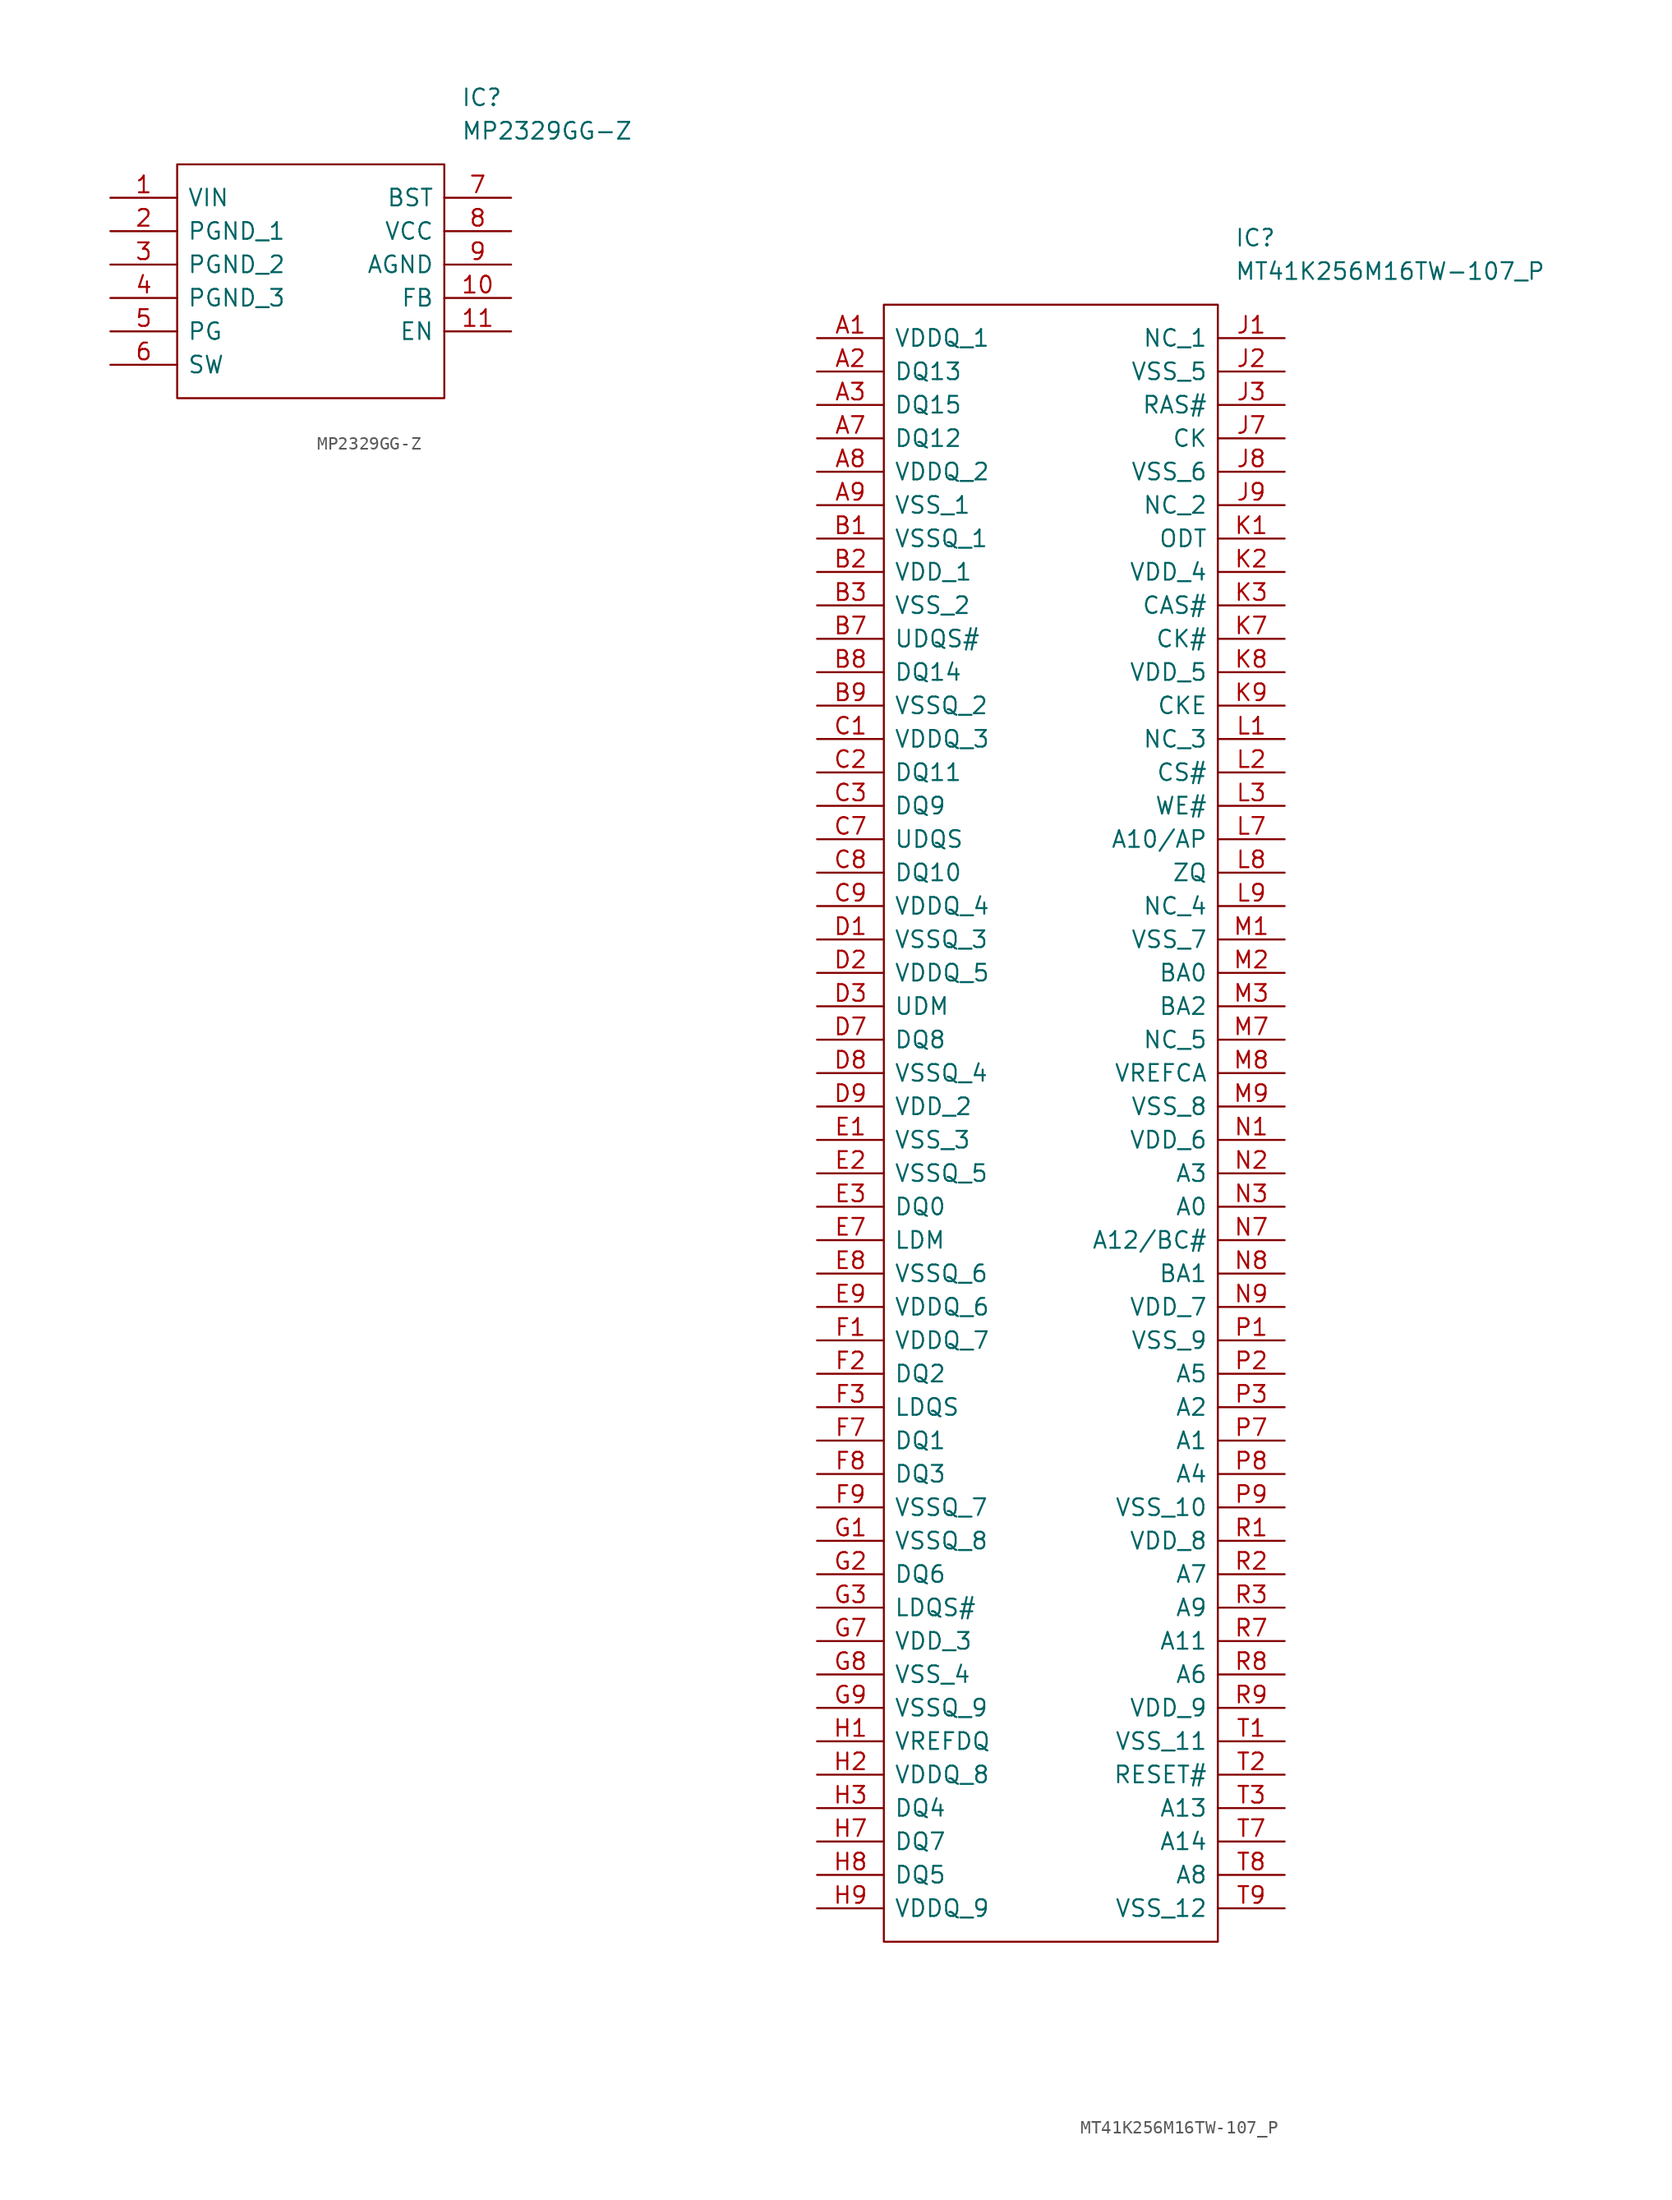
<source format=kicad_sym>
(kicad_symbol_lib
  (version 20211014)
  (generator kicad_symbol_editor)
  (symbol "MP2329GG-Z"
    (pin_names
      (offset 0.762))
    (property "Reference" "IC"
      (at 26.67 7.62 0)
      (effects (font (size 1.27 1.27)) (justify left)))
    (property "Value" "MP2329GG-Z"
      (at 26.67 5.08 0)
      (effects (font (size 1.27 1.27)) (justify left)))
    (symbol "MP2329GG-Z_0_0"
      (pin passive line (at 0 0 0) (length 5.08) (name "VIN" (effects (font (size 1.27 1.27)))) (number "1" (effects (font (size 1.27 1.27)))))
      (pin passive line (at 30.48 -7.62 180) (length 5.08) (name "FB" (effects (font (size 1.27 1.27)))) (number "10" (effects (font (size 1.27 1.27)))))
      (pin passive line (at 30.48 -10.16 180) (length 5.08) (name "EN" (effects (font (size 1.27 1.27)))) (number "11" (effects (font (size 1.27 1.27)))))
      (pin passive line (at 0 -2.54 0) (length 5.08) (name "PGND_1" (effects (font (size 1.27 1.27)))) (number "2" (effects (font (size 1.27 1.27)))))
      (pin passive line (at 0 -5.08 0) (length 5.08) (name "PGND_2" (effects (font (size 1.27 1.27)))) (number "3" (effects (font (size 1.27 1.27)))))
      (pin passive line (at 0 -7.62 0) (length 5.08) (name "PGND_3" (effects (font (size 1.27 1.27)))) (number "4" (effects (font (size 1.27 1.27)))))
      (pin passive line (at 0 -10.16 0) (length 5.08) (name "PG" (effects (font (size 1.27 1.27)))) (number "5" (effects (font (size 1.27 1.27)))))
      (pin passive line (at 0 -12.7 0) (length 5.08) (name "SW" (effects (font (size 1.27 1.27)))) (number "6" (effects (font (size 1.27 1.27)))))
      (pin passive line (at 30.48 0 180) (length 5.08) (name "BST" (effects (font (size 1.27 1.27)))) (number "7" (effects (font (size 1.27 1.27)))))
      (pin passive line (at 30.48 -2.54 180) (length 5.08) (name "VCC" (effects (font (size 1.27 1.27)))) (number "8" (effects (font (size 1.27 1.27)))))
      (pin passive line (at 30.48 -5.08 180) (length 5.08) (name "AGND" (effects (font (size 1.27 1.27)))) (number "9" (effects (font (size 1.27 1.27))))))
    (symbol "MP2329GG-Z_0_1"
      (polyline (pts (xy 5.08 2.54) (xy 25.4 2.54) (xy 25.4 -15.24) (xy 5.08 -15.24) (xy 5.08 2.54)) (stroke (width 0.152) (type default) (color 0 0 0 0)) (fill (type none)))))
  (symbol "MT41K256M16TW-107_P"
    (pin_names
      (offset 0.762))
    (property "Reference" "IC"
      (at 31.75 7.62 0)
      (effects (font (size 1.27 1.27)) (justify left)))
    (property "Value" "MT41K256M16TW-107_P"
      (at 31.75 5.08 0)
      (effects (font (size 1.27 1.27)) (justify left)))
    (symbol "MT41K256M16TW-107_P_0_0"
      (pin passive line (at 0 0 0) (length 5.08) (name "VDDQ_1" (effects (font (size 1.27 1.27)))) (number "A1" (effects (font (size 1.27 1.27)))))
      (pin passive line (at 0 -2.54 0) (length 5.08) (name "DQ13" (effects (font (size 1.27 1.27)))) (number "A2" (effects (font (size 1.27 1.27)))))
      (pin passive line (at 0 -5.08 0) (length 5.08) (name "DQ15" (effects (font (size 1.27 1.27)))) (number "A3" (effects (font (size 1.27 1.27)))))
      (pin passive line (at 0 -7.62 0) (length 5.08) (name "DQ12" (effects (font (size 1.27 1.27)))) (number "A7" (effects (font (size 1.27 1.27)))))
      (pin passive line (at 0 -10.16 0) (length 5.08) (name "VDDQ_2" (effects (font (size 1.27 1.27)))) (number "A8" (effects (font (size 1.27 1.27)))))
      (pin passive line (at 0 -12.7 0) (length 5.08) (name "VSS_1" (effects (font (size 1.27 1.27)))) (number "A9" (effects (font (size 1.27 1.27)))))
      (pin passive line (at 0 -15.24 0) (length 5.08) (name "VSSQ_1" (effects (font (size 1.27 1.27)))) (number "B1" (effects (font (size 1.27 1.27)))))
      (pin passive line (at 0 -17.78 0) (length 5.08) (name "VDD_1" (effects (font (size 1.27 1.27)))) (number "B2" (effects (font (size 1.27 1.27)))))
      (pin passive line (at 0 -20.32 0) (length 5.08) (name "VSS_2" (effects (font (size 1.27 1.27)))) (number "B3" (effects (font (size 1.27 1.27)))))
      (pin passive line (at 0 -22.86 0) (length 5.08) (name "UDQS#" (effects (font (size 1.27 1.27)))) (number "B7" (effects (font (size 1.27 1.27)))))
      (pin passive line (at 0 -25.4 0) (length 5.08) (name "DQ14" (effects (font (size 1.27 1.27)))) (number "B8" (effects (font (size 1.27 1.27)))))
      (pin passive line (at 0 -27.94 0) (length 5.08) (name "VSSQ_2" (effects (font (size 1.27 1.27)))) (number "B9" (effects (font (size 1.27 1.27)))))
      (pin passive line (at 0 -30.48 0) (length 5.08) (name "VDDQ_3" (effects (font (size 1.27 1.27)))) (number "C1" (effects (font (size 1.27 1.27)))))
      (pin passive line (at 0 -33.02 0) (length 5.08) (name "DQ11" (effects (font (size 1.27 1.27)))) (number "C2" (effects (font (size 1.27 1.27)))))
      (pin passive line (at 0 -35.56 0) (length 5.08) (name "DQ9" (effects (font (size 1.27 1.27)))) (number "C3" (effects (font (size 1.27 1.27)))))
      (pin passive line (at 0 -38.1 0) (length 5.08) (name "UDQS" (effects (font (size 1.27 1.27)))) (number "C7" (effects (font (size 1.27 1.27)))))
      (pin passive line (at 0 -40.64 0) (length 5.08) (name "DQ10" (effects (font (size 1.27 1.27)))) (number "C8" (effects (font (size 1.27 1.27)))))
      (pin passive line (at 0 -43.18 0) (length 5.08) (name "VDDQ_4" (effects (font (size 1.27 1.27)))) (number "C9" (effects (font (size 1.27 1.27)))))
      (pin passive line (at 0 -45.72 0) (length 5.08) (name "VSSQ_3" (effects (font (size 1.27 1.27)))) (number "D1" (effects (font (size 1.27 1.27)))))
      (pin passive line (at 0 -48.26 0) (length 5.08) (name "VDDQ_5" (effects (font (size 1.27 1.27)))) (number "D2" (effects (font (size 1.27 1.27)))))
      (pin passive line (at 0 -50.8 0) (length 5.08) (name "UDM" (effects (font (size 1.27 1.27)))) (number "D3" (effects (font (size 1.27 1.27)))))
      (pin passive line (at 0 -53.34 0) (length 5.08) (name "DQ8" (effects (font (size 1.27 1.27)))) (number "D7" (effects (font (size 1.27 1.27)))))
      (pin passive line (at 0 -55.88 0) (length 5.08) (name "VSSQ_4" (effects (font (size 1.27 1.27)))) (number "D8" (effects (font (size 1.27 1.27)))))
      (pin passive line (at 0 -58.42 0) (length 5.08) (name "VDD_2" (effects (font (size 1.27 1.27)))) (number "D9" (effects (font (size 1.27 1.27)))))
      (pin passive line (at 0 -60.96 0) (length 5.08) (name "VSS_3" (effects (font (size 1.27 1.27)))) (number "E1" (effects (font (size 1.27 1.27)))))
      (pin passive line (at 0 -63.5 0) (length 5.08) (name "VSSQ_5" (effects (font (size 1.27 1.27)))) (number "E2" (effects (font (size 1.27 1.27)))))
      (pin passive line (at 0 -66.04 0) (length 5.08) (name "DQ0" (effects (font (size 1.27 1.27)))) (number "E3" (effects (font (size 1.27 1.27)))))
      (pin passive line (at 0 -68.58 0) (length 5.08) (name "LDM" (effects (font (size 1.27 1.27)))) (number "E7" (effects (font (size 1.27 1.27)))))
      (pin passive line (at 0 -71.12 0) (length 5.08) (name "VSSQ_6" (effects (font (size 1.27 1.27)))) (number "E8" (effects (font (size 1.27 1.27)))))
      (pin passive line (at 0 -73.66 0) (length 5.08) (name "VDDQ_6" (effects (font (size 1.27 1.27)))) (number "E9" (effects (font (size 1.27 1.27)))))
      (pin passive line (at 0 -76.2 0) (length 5.08) (name "VDDQ_7" (effects (font (size 1.27 1.27)))) (number "F1" (effects (font (size 1.27 1.27)))))
      (pin passive line (at 0 -78.74 0) (length 5.08) (name "DQ2" (effects (font (size 1.27 1.27)))) (number "F2" (effects (font (size 1.27 1.27)))))
      (pin passive line (at 0 -81.28 0) (length 5.08) (name "LDQS" (effects (font (size 1.27 1.27)))) (number "F3" (effects (font (size 1.27 1.27)))))
      (pin passive line (at 0 -83.82 0) (length 5.08) (name "DQ1" (effects (font (size 1.27 1.27)))) (number "F7" (effects (font (size 1.27 1.27)))))
      (pin passive line (at 0 -86.36 0) (length 5.08) (name "DQ3" (effects (font (size 1.27 1.27)))) (number "F8" (effects (font (size 1.27 1.27)))))
      (pin passive line (at 0 -88.9 0) (length 5.08) (name "VSSQ_7" (effects (font (size 1.27 1.27)))) (number "F9" (effects (font (size 1.27 1.27)))))
      (pin passive line (at 0 -91.44 0) (length 5.08) (name "VSSQ_8" (effects (font (size 1.27 1.27)))) (number "G1" (effects (font (size 1.27 1.27)))))
      (pin passive line (at 0 -93.98 0) (length 5.08) (name "DQ6" (effects (font (size 1.27 1.27)))) (number "G2" (effects (font (size 1.27 1.27)))))
      (pin passive line (at 0 -96.52 0) (length 5.08) (name "LDQS#" (effects (font (size 1.27 1.27)))) (number "G3" (effects (font (size 1.27 1.27)))))
      (pin passive line (at 0 -99.06 0) (length 5.08) (name "VDD_3" (effects (font (size 1.27 1.27)))) (number "G7" (effects (font (size 1.27 1.27)))))
      (pin passive line (at 0 -101.6 0) (length 5.08) (name "VSS_4" (effects (font (size 1.27 1.27)))) (number "G8" (effects (font (size 1.27 1.27)))))
      (pin passive line (at 0 -104.14 0) (length 5.08) (name "VSSQ_9" (effects (font (size 1.27 1.27)))) (number "G9" (effects (font (size 1.27 1.27)))))
      (pin passive line (at 0 -106.68 0) (length 5.08) (name "VREFDQ" (effects (font (size 1.27 1.27)))) (number "H1" (effects (font (size 1.27 1.27)))))
      (pin passive line (at 0 -109.22 0) (length 5.08) (name "VDDQ_8" (effects (font (size 1.27 1.27)))) (number "H2" (effects (font (size 1.27 1.27)))))
      (pin passive line (at 0 -111.76 0) (length 5.08) (name "DQ4" (effects (font (size 1.27 1.27)))) (number "H3" (effects (font (size 1.27 1.27)))))
      (pin passive line (at 0 -114.3 0) (length 5.08) (name "DQ7" (effects (font (size 1.27 1.27)))) (number "H7" (effects (font (size 1.27 1.27)))))
      (pin passive line (at 0 -116.84 0) (length 5.08) (name "DQ5" (effects (font (size 1.27 1.27)))) (number "H8" (effects (font (size 1.27 1.27)))))
      (pin passive line (at 0 -119.38 0) (length 5.08) (name "VDDQ_9" (effects (font (size 1.27 1.27)))) (number "H9" (effects (font (size 1.27 1.27)))))
      (pin passive line (at 35.56 0 180) (length 5.08) (name "NC_1" (effects (font (size 1.27 1.27)))) (number "J1" (effects (font (size 1.27 1.27)))))
      (pin passive line (at 35.56 -2.54 180) (length 5.08) (name "VSS_5" (effects (font (size 1.27 1.27)))) (number "J2" (effects (font (size 1.27 1.27)))))
      (pin passive line (at 35.56 -5.08 180) (length 5.08) (name "RAS#" (effects (font (size 1.27 1.27)))) (number "J3" (effects (font (size 1.27 1.27)))))
      (pin passive line (at 35.56 -7.62 180) (length 5.08) (name "CK" (effects (font (size 1.27 1.27)))) (number "J7" (effects (font (size 1.27 1.27)))))
      (pin passive line (at 35.56 -10.16 180) (length 5.08) (name "VSS_6" (effects (font (size 1.27 1.27)))) (number "J8" (effects (font (size 1.27 1.27)))))
      (pin passive line (at 35.56 -12.7 180) (length 5.08) (name "NC_2" (effects (font (size 1.27 1.27)))) (number "J9" (effects (font (size 1.27 1.27)))))
      (pin passive line (at 35.56 -15.24 180) (length 5.08) (name "ODT" (effects (font (size 1.27 1.27)))) (number "K1" (effects (font (size 1.27 1.27)))))
      (pin passive line (at 35.56 -17.78 180) (length 5.08) (name "VDD_4" (effects (font (size 1.27 1.27)))) (number "K2" (effects (font (size 1.27 1.27)))))
      (pin passive line (at 35.56 -20.32 180) (length 5.08) (name "CAS#" (effects (font (size 1.27 1.27)))) (number "K3" (effects (font (size 1.27 1.27)))))
      (pin passive line (at 35.56 -22.86 180) (length 5.08) (name "CK#" (effects (font (size 1.27 1.27)))) (number "K7" (effects (font (size 1.27 1.27)))))
      (pin passive line (at 35.56 -25.4 180) (length 5.08) (name "VDD_5" (effects (font (size 1.27 1.27)))) (number "K8" (effects (font (size 1.27 1.27)))))
      (pin passive line (at 35.56 -27.94 180) (length 5.08) (name "CKE" (effects (font (size 1.27 1.27)))) (number "K9" (effects (font (size 1.27 1.27)))))
      (pin passive line (at 35.56 -30.48 180) (length 5.08) (name "NC_3" (effects (font (size 1.27 1.27)))) (number "L1" (effects (font (size 1.27 1.27)))))
      (pin passive line (at 35.56 -33.02 180) (length 5.08) (name "CS#" (effects (font (size 1.27 1.27)))) (number "L2" (effects (font (size 1.27 1.27)))))
      (pin passive line (at 35.56 -35.56 180) (length 5.08) (name "WE#" (effects (font (size 1.27 1.27)))) (number "L3" (effects (font (size 1.27 1.27)))))
      (pin passive line (at 35.56 -38.1 180) (length 5.08) (name "A10/AP" (effects (font (size 1.27 1.27)))) (number "L7" (effects (font (size 1.27 1.27)))))
      (pin passive line (at 35.56 -40.64 180) (length 5.08) (name "ZQ" (effects (font (size 1.27 1.27)))) (number "L8" (effects (font (size 1.27 1.27)))))
      (pin passive line (at 35.56 -43.18 180) (length 5.08) (name "NC_4" (effects (font (size 1.27 1.27)))) (number "L9" (effects (font (size 1.27 1.27)))))
      (pin passive line (at 35.56 -45.72 180) (length 5.08) (name "VSS_7" (effects (font (size 1.27 1.27)))) (number "M1" (effects (font (size 1.27 1.27)))))
      (pin passive line (at 35.56 -48.26 180) (length 5.08) (name "BA0" (effects (font (size 1.27 1.27)))) (number "M2" (effects (font (size 1.27 1.27)))))
      (pin passive line (at 35.56 -50.8 180) (length 5.08) (name "BA2" (effects (font (size 1.27 1.27)))) (number "M3" (effects (font (size 1.27 1.27)))))
      (pin passive line (at 35.56 -53.34 180) (length 5.08) (name "NC_5" (effects (font (size 1.27 1.27)))) (number "M7" (effects (font (size 1.27 1.27)))))
      (pin passive line (at 35.56 -55.88 180) (length 5.08) (name "VREFCA" (effects (font (size 1.27 1.27)))) (number "M8" (effects (font (size 1.27 1.27)))))
      (pin passive line (at 35.56 -58.42 180) (length 5.08) (name "VSS_8" (effects (font (size 1.27 1.27)))) (number "M9" (effects (font (size 1.27 1.27)))))
      (pin passive line (at 35.56 -60.96 180) (length 5.08) (name "VDD_6" (effects (font (size 1.27 1.27)))) (number "N1" (effects (font (size 1.27 1.27)))))
      (pin passive line (at 35.56 -63.5 180) (length 5.08) (name "A3" (effects (font (size 1.27 1.27)))) (number "N2" (effects (font (size 1.27 1.27)))))
      (pin passive line (at 35.56 -66.04 180) (length 5.08) (name "A0" (effects (font (size 1.27 1.27)))) (number "N3" (effects (font (size 1.27 1.27)))))
      (pin passive line (at 35.56 -68.58 180) (length 5.08) (name "A12/BC#" (effects (font (size 1.27 1.27)))) (number "N7" (effects (font (size 1.27 1.27)))))
      (pin passive line (at 35.56 -71.12 180) (length 5.08) (name "BA1" (effects (font (size 1.27 1.27)))) (number "N8" (effects (font (size 1.27 1.27)))))
      (pin passive line (at 35.56 -73.66 180) (length 5.08) (name "VDD_7" (effects (font (size 1.27 1.27)))) (number "N9" (effects (font (size 1.27 1.27)))))
      (pin passive line (at 35.56 -76.2 180) (length 5.08) (name "VSS_9" (effects (font (size 1.27 1.27)))) (number "P1" (effects (font (size 1.27 1.27)))))
      (pin passive line (at 35.56 -78.74 180) (length 5.08) (name "A5" (effects (font (size 1.27 1.27)))) (number "P2" (effects (font (size 1.27 1.27)))))
      (pin passive line (at 35.56 -81.28 180) (length 5.08) (name "A2" (effects (font (size 1.27 1.27)))) (number "P3" (effects (font (size 1.27 1.27)))))
      (pin passive line (at 35.56 -83.82 180) (length 5.08) (name "A1" (effects (font (size 1.27 1.27)))) (number "P7" (effects (font (size 1.27 1.27)))))
      (pin passive line (at 35.56 -86.36 180) (length 5.08) (name "A4" (effects (font (size 1.27 1.27)))) (number "P8" (effects (font (size 1.27 1.27)))))
      (pin passive line (at 35.56 -88.9 180) (length 5.08) (name "VSS_10" (effects (font (size 1.27 1.27)))) (number "P9" (effects (font (size 1.27 1.27)))))
      (pin passive line (at 35.56 -91.44 180) (length 5.08) (name "VDD_8" (effects (font (size 1.27 1.27)))) (number "R1" (effects (font (size 1.27 1.27)))))
      (pin passive line (at 35.56 -93.98 180) (length 5.08) (name "A7" (effects (font (size 1.27 1.27)))) (number "R2" (effects (font (size 1.27 1.27)))))
      (pin passive line (at 35.56 -96.52 180) (length 5.08) (name "A9" (effects (font (size 1.27 1.27)))) (number "R3" (effects (font (size 1.27 1.27)))))
      (pin passive line (at 35.56 -99.06 180) (length 5.08) (name "A11" (effects (font (size 1.27 1.27)))) (number "R7" (effects (font (size 1.27 1.27)))))
      (pin passive line (at 35.56 -101.6 180) (length 5.08) (name "A6" (effects (font (size 1.27 1.27)))) (number "R8" (effects (font (size 1.27 1.27)))))
      (pin passive line (at 35.56 -104.14 180) (length 5.08) (name "VDD_9" (effects (font (size 1.27 1.27)))) (number "R9" (effects (font (size 1.27 1.27)))))
      (pin passive line (at 35.56 -106.68 180) (length 5.08) (name "VSS_11" (effects (font (size 1.27 1.27)))) (number "T1" (effects (font (size 1.27 1.27)))))
      (pin passive line (at 35.56 -109.22 180) (length 5.08) (name "RESET#" (effects (font (size 1.27 1.27)))) (number "T2" (effects (font (size 1.27 1.27)))))
      (pin passive line (at 35.56 -111.76 180) (length 5.08) (name "A13" (effects (font (size 1.27 1.27)))) (number "T3" (effects (font (size 1.27 1.27)))))
      (pin passive line (at 35.56 -114.3 180) (length 5.08) (name "A14" (effects (font (size 1.27 1.27)))) (number "T7" (effects (font (size 1.27 1.27)))))
      (pin passive line (at 35.56 -116.84 180) (length 5.08) (name "A8" (effects (font (size 1.27 1.27)))) (number "T8" (effects (font (size 1.27 1.27)))))
      (pin passive line (at 35.56 -119.38 180) (length 5.08) (name "VSS_12" (effects (font (size 1.27 1.27)))) (number "T9" (effects (font (size 1.27 1.27))))))
    (symbol "MT41K256M16TW-107_P_0_1"
      (polyline (pts (xy 5.08 2.54) (xy 30.48 2.54) (xy 30.48 -121.92) (xy 5.08 -121.92) (xy 5.08 2.54)) (stroke (width 0.152) (type default) (color 0 0 0 0)) (fill (type none))))))
</source>
